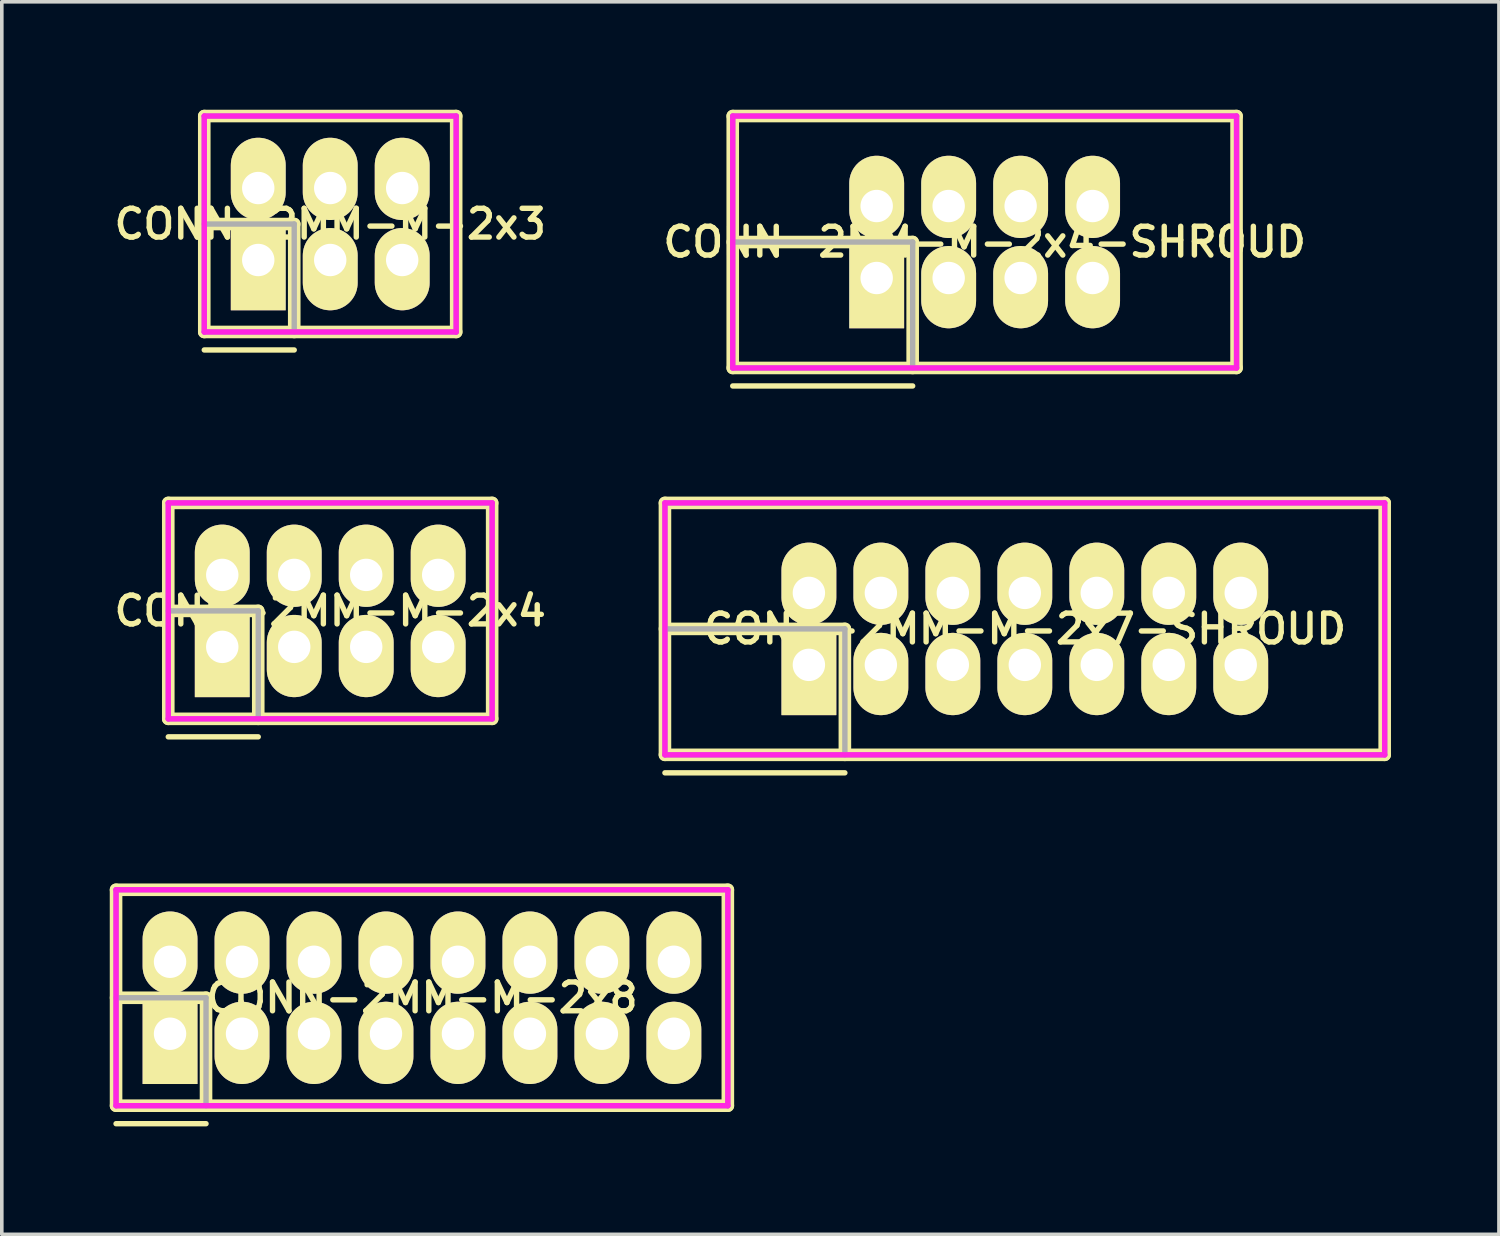
<source format=kicad_pcb>
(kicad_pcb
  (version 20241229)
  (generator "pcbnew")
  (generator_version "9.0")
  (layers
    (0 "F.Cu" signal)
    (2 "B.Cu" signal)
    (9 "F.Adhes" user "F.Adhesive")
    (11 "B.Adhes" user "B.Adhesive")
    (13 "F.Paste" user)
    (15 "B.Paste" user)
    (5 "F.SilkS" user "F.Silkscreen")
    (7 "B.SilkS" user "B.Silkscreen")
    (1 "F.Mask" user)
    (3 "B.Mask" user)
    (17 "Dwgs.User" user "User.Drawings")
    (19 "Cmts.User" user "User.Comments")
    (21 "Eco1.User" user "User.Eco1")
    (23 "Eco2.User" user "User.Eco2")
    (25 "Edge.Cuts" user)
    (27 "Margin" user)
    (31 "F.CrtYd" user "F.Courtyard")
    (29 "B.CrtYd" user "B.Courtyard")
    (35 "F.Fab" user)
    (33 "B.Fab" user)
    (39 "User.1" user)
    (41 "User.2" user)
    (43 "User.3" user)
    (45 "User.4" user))
  (footprint "CONN-2MM-M-2x8"
    (layer "F.Cu")
    (at 8.675 24.675)
    (property "Reference" "CONN-2MM-M-2x8" (at 0 0 0) (layer "F.SilkS") (effects (font (size 0.8 0.8) (thickness 0.15))))
    (attr through_hole)
    (fp_line (start -8.5 -3) (end 8.5 -3) (stroke (width 0.35) (type solid)) (layer "F.SilkS"))
    (fp_line (start -8.5 0) (end -6 0) (stroke (width 0.35) (type solid)) (layer "F.SilkS"))
    (fp_line (start -8.5 3) (end -8.5 -3) (stroke (width 0.35) (type solid)) (layer "F.SilkS"))
    (fp_line (start -8.5 3.5) (end -6 3.5) (stroke (width 0.15) (type solid)) (layer "F.SilkS"))
    (fp_line (start -6 0) (end -6 3) (stroke (width 0.35) (type solid)) (layer "F.SilkS"))
    (fp_line (start 8.5 -3) (end 8.5 3) (stroke (width 0.35) (type solid)) (layer "F.SilkS"))
    (fp_line (start 8.5 3) (end -8.5 3) (stroke (width 0.35) (type solid)) (layer "F.SilkS"))
    (fp_line (start -8.5 -3) (end 8.5 -3) (stroke (width 0.15) (type solid)) (layer "F.CrtYd"))
    (fp_line (start -8.5 3) (end -8.5 -3) (stroke (width 0.15) (type solid)) (layer "F.CrtYd"))
    (fp_line (start 8.5 -3) (end 8.5 3) (stroke (width 0.15) (type solid)) (layer "F.CrtYd"))
    (fp_line (start 8.5 3) (end -8.5 3) (stroke (width 0.15) (type solid)) (layer "F.CrtYd"))
    (fp_line (start -8.5 -3) (end 8.5 -3) (stroke (width 0.15) (type solid)) (layer "F.Fab"))
    (fp_line (start -8.5 0) (end -6 0) (stroke (width 0.15) (type solid)) (layer "F.Fab"))
    (fp_line (start -8.5 3) (end -8.5 -3) (stroke (width 0.15) (type solid)) (layer "F.Fab"))
    (fp_line (start -6 0) (end -6 3) (stroke (width 0.15) (type solid)) (layer "F.Fab"))
    (fp_line (start 8.5 -3) (end 8.5 3) (stroke (width 0.15) (type solid)) (layer "F.Fab"))
    (fp_line (start 8.5 3) (end -8.5 3) (stroke (width 0.15) (type solid)) (layer "F.Fab"))
    (pad "1" thru_hole rect (at -7 1) (size 1.524 2.286) (drill 0.9 (offset 0 0.254)) (layers "*.Cu" "*.Mask" "F.SilkS"))
    (pad "2" thru_hole oval (at -7 -1) (size 1.524 2.286) (drill 0.9 (offset 0 -0.254)) (layers "*.Cu" "*.Mask" "F.SilkS"))
    (pad "3" thru_hole oval (at -5 1) (size 1.524 2.286) (drill 0.9 (offset 0 0.254)) (layers "*.Cu" "*.Mask" "F.SilkS"))
    (pad "4" thru_hole oval (at -5 -1) (size 1.524 2.286) (drill 0.9 (offset 0 -0.254)) (layers "*.Cu" "*.Mask" "F.SilkS"))
    (pad "5" thru_hole oval (at -3 1) (size 1.524 2.286) (drill 0.9 (offset 0 0.254)) (layers "*.Cu" "*.Mask" "F.SilkS"))
    (pad "6" thru_hole oval (at -3 -1) (size 1.524 2.286) (drill 0.9 (offset 0 -0.254)) (layers "*.Cu" "*.Mask" "F.SilkS"))
    (pad "7" thru_hole oval (at -1 1) (size 1.524 2.286) (drill 0.9 (offset 0 0.254)) (layers "*.Cu" "*.Mask" "F.SilkS"))
    (pad "8" thru_hole oval (at -1 -1) (size 1.524 2.286) (drill 0.9 (offset 0 -0.254)) (layers "*.Cu" "*.Mask" "F.SilkS"))
    (pad "9" thru_hole oval (at 1 1) (size 1.524 2.286) (drill 0.9 (offset 0 0.254)) (layers "*.Cu" "*.Mask" "F.SilkS"))
    (pad "10" thru_hole oval (at 1 -1) (size 1.524 2.286) (drill 0.9 (offset 0 -0.254)) (layers "*.Cu" "*.Mask" "F.SilkS"))
    (pad "11" thru_hole oval (at 3 1) (size 1.524 2.286) (drill 0.9 (offset 0 0.254)) (layers "*.Cu" "*.Mask" "F.SilkS"))
    (pad "12" thru_hole oval (at 3 -1) (size 1.524 2.286) (drill 0.9 (offset 0 -0.254)) (layers "*.Cu" "*.Mask" "F.SilkS"))
    (pad "13" thru_hole oval (at 5 1) (size 1.524 2.286) (drill 0.9 (offset 0 0.254)) (layers "*.Cu" "*.Mask" "F.SilkS"))
    (pad "14" thru_hole oval (at 5 -1) (size 1.524 2.286) (drill 0.9 (offset 0 -0.254)) (layers "*.Cu" "*.Mask" "F.SilkS"))
    (pad "15" thru_hole oval (at 7 1) (size 1.524 2.286) (drill 0.9 (offset 0 0.254)) (layers "*.Cu" "*.Mask" "F.SilkS"))
    (pad "16" thru_hole oval (at 7 -1) (size 1.524 2.286) (drill 0.9 (offset 0 -0.254)) (layers "*.Cu" "*.Mask" "F.SilkS")))
  (footprint "CONN-2MM-M-2x4-SHROUD"
    (layer "F.Cu")
    (at 24.311 3.675)
    (property "Reference" "CONN-2MM-M-2x4-SHROUD" (at 0 0 0) (layer "F.SilkS") (effects (font (size 0.8 0.8) (thickness 0.15))))
    (attr through_hole)
    (fp_line (start -7 -3.5) (end 7 -3.5) (stroke (width 0.35) (type solid)) (layer "F.SilkS"))
    (fp_line (start -7 0) (end -2 0) (stroke (width 0.35) (type solid)) (layer "F.SilkS"))
    (fp_line (start -7 3.5) (end -7 -3.5) (stroke (width 0.35) (type solid)) (layer "F.SilkS"))
    (fp_line (start -7 4) (end -2 4) (stroke (width 0.15) (type solid)) (layer "F.SilkS"))
    (fp_line (start -2 0) (end -2 3.5) (stroke (width 0.35) (type solid)) (layer "F.SilkS"))
    (fp_line (start 7 -3.5) (end 7 3.5) (stroke (width 0.35) (type solid)) (layer "F.SilkS"))
    (fp_line (start 7 3.5) (end -7 3.5) (stroke (width 0.35) (type solid)) (layer "F.SilkS"))
    (fp_line (start -7 -3.5) (end 7 -3.5) (stroke (width 0.15) (type solid)) (layer "F.CrtYd"))
    (fp_line (start -7 3.5) (end -7 -3.5) (stroke (width 0.15) (type solid)) (layer "F.CrtYd"))
    (fp_line (start 7 -3.5) (end 7 3.5) (stroke (width 0.15) (type solid)) (layer "F.CrtYd"))
    (fp_line (start 7 3.5) (end -7 3.5) (stroke (width 0.15) (type solid)) (layer "F.CrtYd"))
    (fp_line (start -7 -3.5) (end 7 -3.5) (stroke (width 0.15) (type solid)) (layer "F.Fab"))
    (fp_line (start -7 0) (end -2 0) (stroke (width 0.15) (type solid)) (layer "F.Fab"))
    (fp_line (start -7 3.5) (end -7 -3.5) (stroke (width 0.15) (type solid)) (layer "F.Fab"))
    (fp_line (start -2 0) (end -2 3.5) (stroke (width 0.15) (type solid)) (layer "F.Fab"))
    (fp_line (start 7 -3.5) (end 7 3.5) (stroke (width 0.15) (type solid)) (layer "F.Fab"))
    (fp_line (start 7 3.5) (end -7 3.5) (stroke (width 0.15) (type solid)) (layer "F.Fab"))
    (pad "1" thru_hole rect (at -3 1) (size 1.524 2.286) (drill 0.9 (offset 0 0.254)) (layers "*.Cu" "*.Mask" "F.SilkS"))
    (pad "2" thru_hole oval (at -3 -1) (size 1.524 2.286) (drill 0.9 (offset 0 -0.254)) (layers "*.Cu" "*.Mask" "F.SilkS"))
    (pad "3" thru_hole oval (at -1 1) (size 1.524 2.286) (drill 0.9 (offset 0 0.254)) (layers "*.Cu" "*.Mask" "F.SilkS"))
    (pad "4" thru_hole oval (at -1 -1) (size 1.524 2.286) (drill 0.9 (offset 0 -0.254)) (layers "*.Cu" "*.Mask" "F.SilkS"))
    (pad "5" thru_hole oval (at 1 1) (size 1.524 2.286) (drill 0.9 (offset 0 0.254)) (layers "*.Cu" "*.Mask" "F.SilkS"))
    (pad "6" thru_hole oval (at 1 -1) (size 1.524 2.286) (drill 0.9 (offset 0 -0.254)) (layers "*.Cu" "*.Mask" "F.SilkS"))
    (pad "7" thru_hole oval (at 3 1) (size 1.524 2.286) (drill 0.9 (offset 0 0.254)) (layers "*.Cu" "*.Mask" "F.SilkS"))
    (pad "8" thru_hole oval (at 3 -1) (size 1.524 2.286) (drill 0.9 (offset 0 -0.254)) (layers "*.Cu" "*.Mask" "F.SilkS")))
  (footprint "CONN-2MM-M-2x4"
    (layer "F.Cu")
    (at 6.126 13.925)
    (property "Reference" "CONN-2MM-M-2x4" (at 0 0 0) (layer "F.SilkS") (effects (font (size 0.8 0.8) (thickness 0.15))))
    (attr through_hole)
    (fp_line (start -4.5 -3) (end 4.5 -3) (stroke (width 0.35) (type solid)) (layer "F.SilkS"))
    (fp_line (start -4.5 0) (end -2 0) (stroke (width 0.35) (type solid)) (layer "F.SilkS"))
    (fp_line (start -4.5 3) (end -4.5 -3) (stroke (width 0.35) (type solid)) (layer "F.SilkS"))
    (fp_line (start -4.5 3.5) (end -2 3.5) (stroke (width 0.15) (type solid)) (layer "F.SilkS"))
    (fp_line (start -2 0) (end -2 3) (stroke (width 0.35) (type solid)) (layer "F.SilkS"))
    (fp_line (start 4.5 -3) (end 4.5 3) (stroke (width 0.35) (type solid)) (layer "F.SilkS"))
    (fp_line (start 4.5 3) (end -4.5 3) (stroke (width 0.35) (type solid)) (layer "F.SilkS"))
    (fp_line (start -4.5 -3) (end 4.5 -3) (stroke (width 0.15) (type solid)) (layer "F.CrtYd"))
    (fp_line (start -4.5 3) (end -4.5 -3) (stroke (width 0.15) (type solid)) (layer "F.CrtYd"))
    (fp_line (start 4.5 -3) (end 4.5 3) (stroke (width 0.15) (type solid)) (layer "F.CrtYd"))
    (fp_line (start 4.5 3) (end -4.5 3) (stroke (width 0.15) (type solid)) (layer "F.CrtYd"))
    (fp_line (start -4.5 -3) (end 4.5 -3) (stroke (width 0.15) (type solid)) (layer "F.Fab"))
    (fp_line (start -4.5 0) (end -2 0) (stroke (width 0.15) (type solid)) (layer "F.Fab"))
    (fp_line (start -4.5 3) (end -4.5 -3) (stroke (width 0.15) (type solid)) (layer "F.Fab"))
    (fp_line (start -2 0) (end -2 3) (stroke (width 0.15) (type solid)) (layer "F.Fab"))
    (fp_line (start 4.5 -3) (end 4.5 3) (stroke (width 0.15) (type solid)) (layer "F.Fab"))
    (fp_line (start 4.5 3) (end -4.5 3) (stroke (width 0.15) (type solid)) (layer "F.Fab"))
    (pad "1" thru_hole rect (at -3 1) (size 1.524 2.286) (drill 0.9 (offset 0 0.254)) (layers "*.Cu" "*.Mask" "F.SilkS"))
    (pad "2" thru_hole oval (at -3 -1) (size 1.524 2.286) (drill 0.9 (offset 0 -0.254)) (layers "*.Cu" "*.Mask" "F.SilkS"))
    (pad "3" thru_hole oval (at -1 1) (size 1.524 2.286) (drill 0.9 (offset 0 0.254)) (layers "*.Cu" "*.Mask" "F.SilkS"))
    (pad "4" thru_hole oval (at -1 -1) (size 1.524 2.286) (drill 0.9 (offset 0 -0.254)) (layers "*.Cu" "*.Mask" "F.SilkS"))
    (pad "5" thru_hole oval (at 1 1) (size 1.524 2.286) (drill 0.9 (offset 0 0.254)) (layers "*.Cu" "*.Mask" "F.SilkS"))
    (pad "6" thru_hole oval (at 1 -1) (size 1.524 2.286) (drill 0.9 (offset 0 -0.254)) (layers "*.Cu" "*.Mask" "F.SilkS"))
    (pad "7" thru_hole oval (at 3 1) (size 1.524 2.286) (drill 0.9 (offset 0 0.254)) (layers "*.Cu" "*.Mask" "F.SilkS"))
    (pad "8" thru_hole oval (at 3 -1) (size 1.524 2.286) (drill 0.9 (offset 0 -0.254)) (layers "*.Cu" "*.Mask" "F.SilkS")))
  (footprint "CONN-2MM-M-2x7-SHROUD"
    (layer "F.Cu")
    (at 25.427 14.425)
    (property "Reference" "CONN-2MM-M-2x7-SHROUD" (at 0 0 0) (layer "F.SilkS") (effects (font (size 0.8 0.8) (thickness 0.15))))
    (attr through_hole)
    (fp_line (start -10 -3.5) (end 10 -3.5) (stroke (width 0.35) (type solid)) (layer "F.SilkS"))
    (fp_line (start -10 0) (end -5 0) (stroke (width 0.35) (type solid)) (layer "F.SilkS"))
    (fp_line (start -10 3.5) (end -10 -3.5) (stroke (width 0.35) (type solid)) (layer "F.SilkS"))
    (fp_line (start -10 4) (end -5 4) (stroke (width 0.15) (type solid)) (layer "F.SilkS"))
    (fp_line (start -5 0) (end -5 3.5) (stroke (width 0.35) (type solid)) (layer "F.SilkS"))
    (fp_line (start 10 -3.5) (end 10 3.5) (stroke (width 0.35) (type solid)) (layer "F.SilkS"))
    (fp_line (start 10 3.5) (end -10 3.5) (stroke (width 0.35) (type solid)) (layer "F.SilkS"))
    (fp_line (start -10 -3.5) (end 10 -3.5) (stroke (width 0.15) (type solid)) (layer "F.CrtYd"))
    (fp_line (start -10 3.5) (end -10 -3.5) (stroke (width 0.15) (type solid)) (layer "F.CrtYd"))
    (fp_line (start 10 -3.5) (end 10 3.5) (stroke (width 0.15) (type solid)) (layer "F.CrtYd"))
    (fp_line (start 10 3.5) (end -10 3.5) (stroke (width 0.15) (type solid)) (layer "F.CrtYd"))
    (fp_line (start -10 -3.5) (end 10 -3.5) (stroke (width 0.15) (type solid)) (layer "F.Fab"))
    (fp_line (start -10 0) (end -5 0) (stroke (width 0.15) (type solid)) (layer "F.Fab"))
    (fp_line (start -10 3.5) (end -10 -3.5) (stroke (width 0.15) (type solid)) (layer "F.Fab"))
    (fp_line (start -5 0) (end -5 3.5) (stroke (width 0.15) (type solid)) (layer "F.Fab"))
    (fp_line (start 10 -3.5) (end 10 3.5) (stroke (width 0.15) (type solid)) (layer "F.Fab"))
    (fp_line (start 10 3.5) (end -10 3.5) (stroke (width 0.15) (type solid)) (layer "F.Fab"))
    (pad "1" thru_hole rect (at -6 1) (size 1.524 2.286) (drill 0.9 (offset 0 0.254)) (layers "*.Cu" "*.Mask" "F.SilkS"))
    (pad "2" thru_hole oval (at -6 -1) (size 1.524 2.286) (drill 0.9 (offset 0 -0.254)) (layers "*.Cu" "*.Mask" "F.SilkS"))
    (pad "3" thru_hole oval (at -4 1) (size 1.524 2.286) (drill 0.9 (offset 0 0.254)) (layers "*.Cu" "*.Mask" "F.SilkS"))
    (pad "4" thru_hole oval (at -4 -1) (size 1.524 2.286) (drill 0.9 (offset 0 -0.254)) (layers "*.Cu" "*.Mask" "F.SilkS"))
    (pad "5" thru_hole oval (at -2 1) (size 1.524 2.286) (drill 0.9 (offset 0 0.254)) (layers "*.Cu" "*.Mask" "F.SilkS"))
    (pad "6" thru_hole oval (at -2 -1) (size 1.524 2.286) (drill 0.9 (offset 0 -0.254)) (layers "*.Cu" "*.Mask" "F.SilkS"))
    (pad "7" thru_hole oval (at 0 1) (size 1.524 2.286) (drill 0.9 (offset 0 0.254)) (layers "*.Cu" "*.Mask" "F.SilkS"))
    (pad "8" thru_hole oval (at 0 -1) (size 1.524 2.286) (drill 0.9 (offset 0 -0.254)) (layers "*.Cu" "*.Mask" "F.SilkS"))
    (pad "9" thru_hole oval (at 2 1) (size 1.524 2.286) (drill 0.9 (offset 0 0.254)) (layers "*.Cu" "*.Mask" "F.SilkS"))
    (pad "10" thru_hole oval (at 2 -1) (size 1.524 2.286) (drill 0.9 (offset 0 -0.254)) (layers "*.Cu" "*.Mask" "F.SilkS"))
    (pad "11" thru_hole oval (at 4 1) (size 1.524 2.286) (drill 0.9 (offset 0 0.254)) (layers "*.Cu" "*.Mask" "F.SilkS"))
    (pad "12" thru_hole oval (at 4 -1) (size 1.524 2.286) (drill 0.9 (offset 0 -0.254)) (layers "*.Cu" "*.Mask" "F.SilkS"))
    (pad "13" thru_hole oval (at 6 1) (size 1.524 2.286) (drill 0.9 (offset 0 0.254)) (layers "*.Cu" "*.Mask" "F.SilkS"))
    (pad "14" thru_hole oval (at 6 -1) (size 1.524 2.286) (drill 0.9 (offset 0 -0.254)) (layers "*.Cu" "*.Mask" "F.SilkS")))
  (footprint "CONN-2MM-M-2x3"
    (layer "F.Cu")
    (at 6.126 3.175)
    (property "Reference" "CONN-2MM-M-2x3" (at 0 0 0) (layer "F.SilkS") (effects (font (size 0.8 0.8) (thickness 0.15))))
    (attr through_hole)
    (fp_line (start -3.5 -3) (end 3.5 -3) (stroke (width 0.35) (type solid)) (layer "F.SilkS"))
    (fp_line (start -3.5 0) (end -1 0) (stroke (width 0.35) (type solid)) (layer "F.SilkS"))
    (fp_line (start -3.5 3) (end -3.5 -3) (stroke (width 0.35) (type solid)) (layer "F.SilkS"))
    (fp_line (start -3.5 3.5) (end -1 3.5) (stroke (width 0.15) (type solid)) (layer "F.SilkS"))
    (fp_line (start -1 0) (end -1 3) (stroke (width 0.35) (type solid)) (layer "F.SilkS"))
    (fp_line (start 3.5 -3) (end 3.5 3) (stroke (width 0.35) (type solid)) (layer "F.SilkS"))
    (fp_line (start 3.5 3) (end -3.5 3) (stroke (width 0.35) (type solid)) (layer "F.SilkS"))
    (fp_line (start -3.5 -3) (end 3.5 -3) (stroke (width 0.15) (type solid)) (layer "F.CrtYd"))
    (fp_line (start -3.5 3) (end -3.5 -3) (stroke (width 0.15) (type solid)) (layer "F.CrtYd"))
    (fp_line (start 3.5 -3) (end 3.5 3) (stroke (width 0.15) (type solid)) (layer "F.CrtYd"))
    (fp_line (start 3.5 3) (end -3.5 3) (stroke (width 0.15) (type solid)) (layer "F.CrtYd"))
    (fp_line (start -3.5 -3) (end 3.5 -3) (stroke (width 0.15) (type solid)) (layer "F.Fab"))
    (fp_line (start -3.5 0) (end -1 0) (stroke (width 0.15) (type solid)) (layer "F.Fab"))
    (fp_line (start -3.5 3) (end -3.5 -3) (stroke (width 0.15) (type solid)) (layer "F.Fab"))
    (fp_line (start -1 0) (end -1 3) (stroke (width 0.15) (type solid)) (layer "F.Fab"))
    (fp_line (start 3.5 -3) (end 3.5 3) (stroke (width 0.15) (type solid)) (layer "F.Fab"))
    (fp_line (start 3.5 3) (end -3.5 3) (stroke (width 0.15) (type solid)) (layer "F.Fab"))
    (pad "1" thru_hole rect (at -2 1) (size 1.524 2.286) (drill 0.9 (offset 0 0.254)) (layers "*.Cu" "*.Mask" "F.SilkS"))
    (pad "2" thru_hole oval (at -2 -1) (size 1.524 2.286) (drill 0.9 (offset 0 -0.254)) (layers "*.Cu" "*.Mask" "F.SilkS"))
    (pad "3" thru_hole oval (at 0 1) (size 1.524 2.286) (drill 0.9 (offset 0 0.254)) (layers "*.Cu" "*.Mask" "F.SilkS"))
    (pad "4" thru_hole oval (at 0 -1) (size 1.524 2.286) (drill 0.9 (offset 0 -0.254)) (layers "*.Cu" "*.Mask" "F.SilkS"))
    (pad "5" thru_hole oval (at 2 1) (size 1.524 2.286) (drill 0.9 (offset 0 0.254)) (layers "*.Cu" "*.Mask" "F.SilkS"))
    (pad "6" thru_hole oval (at 2 -1) (size 1.524 2.286) (drill 0.9 (offset 0 -0.254)) (layers "*.Cu" "*.Mask" "F.SilkS")))
  (gr_rect
    (start -3 -3)
    (end 38.602 31.25)
    (stroke (width 0.1) (type default))
    (fill no)
    (layer "Edge.Cuts")))
</source>
